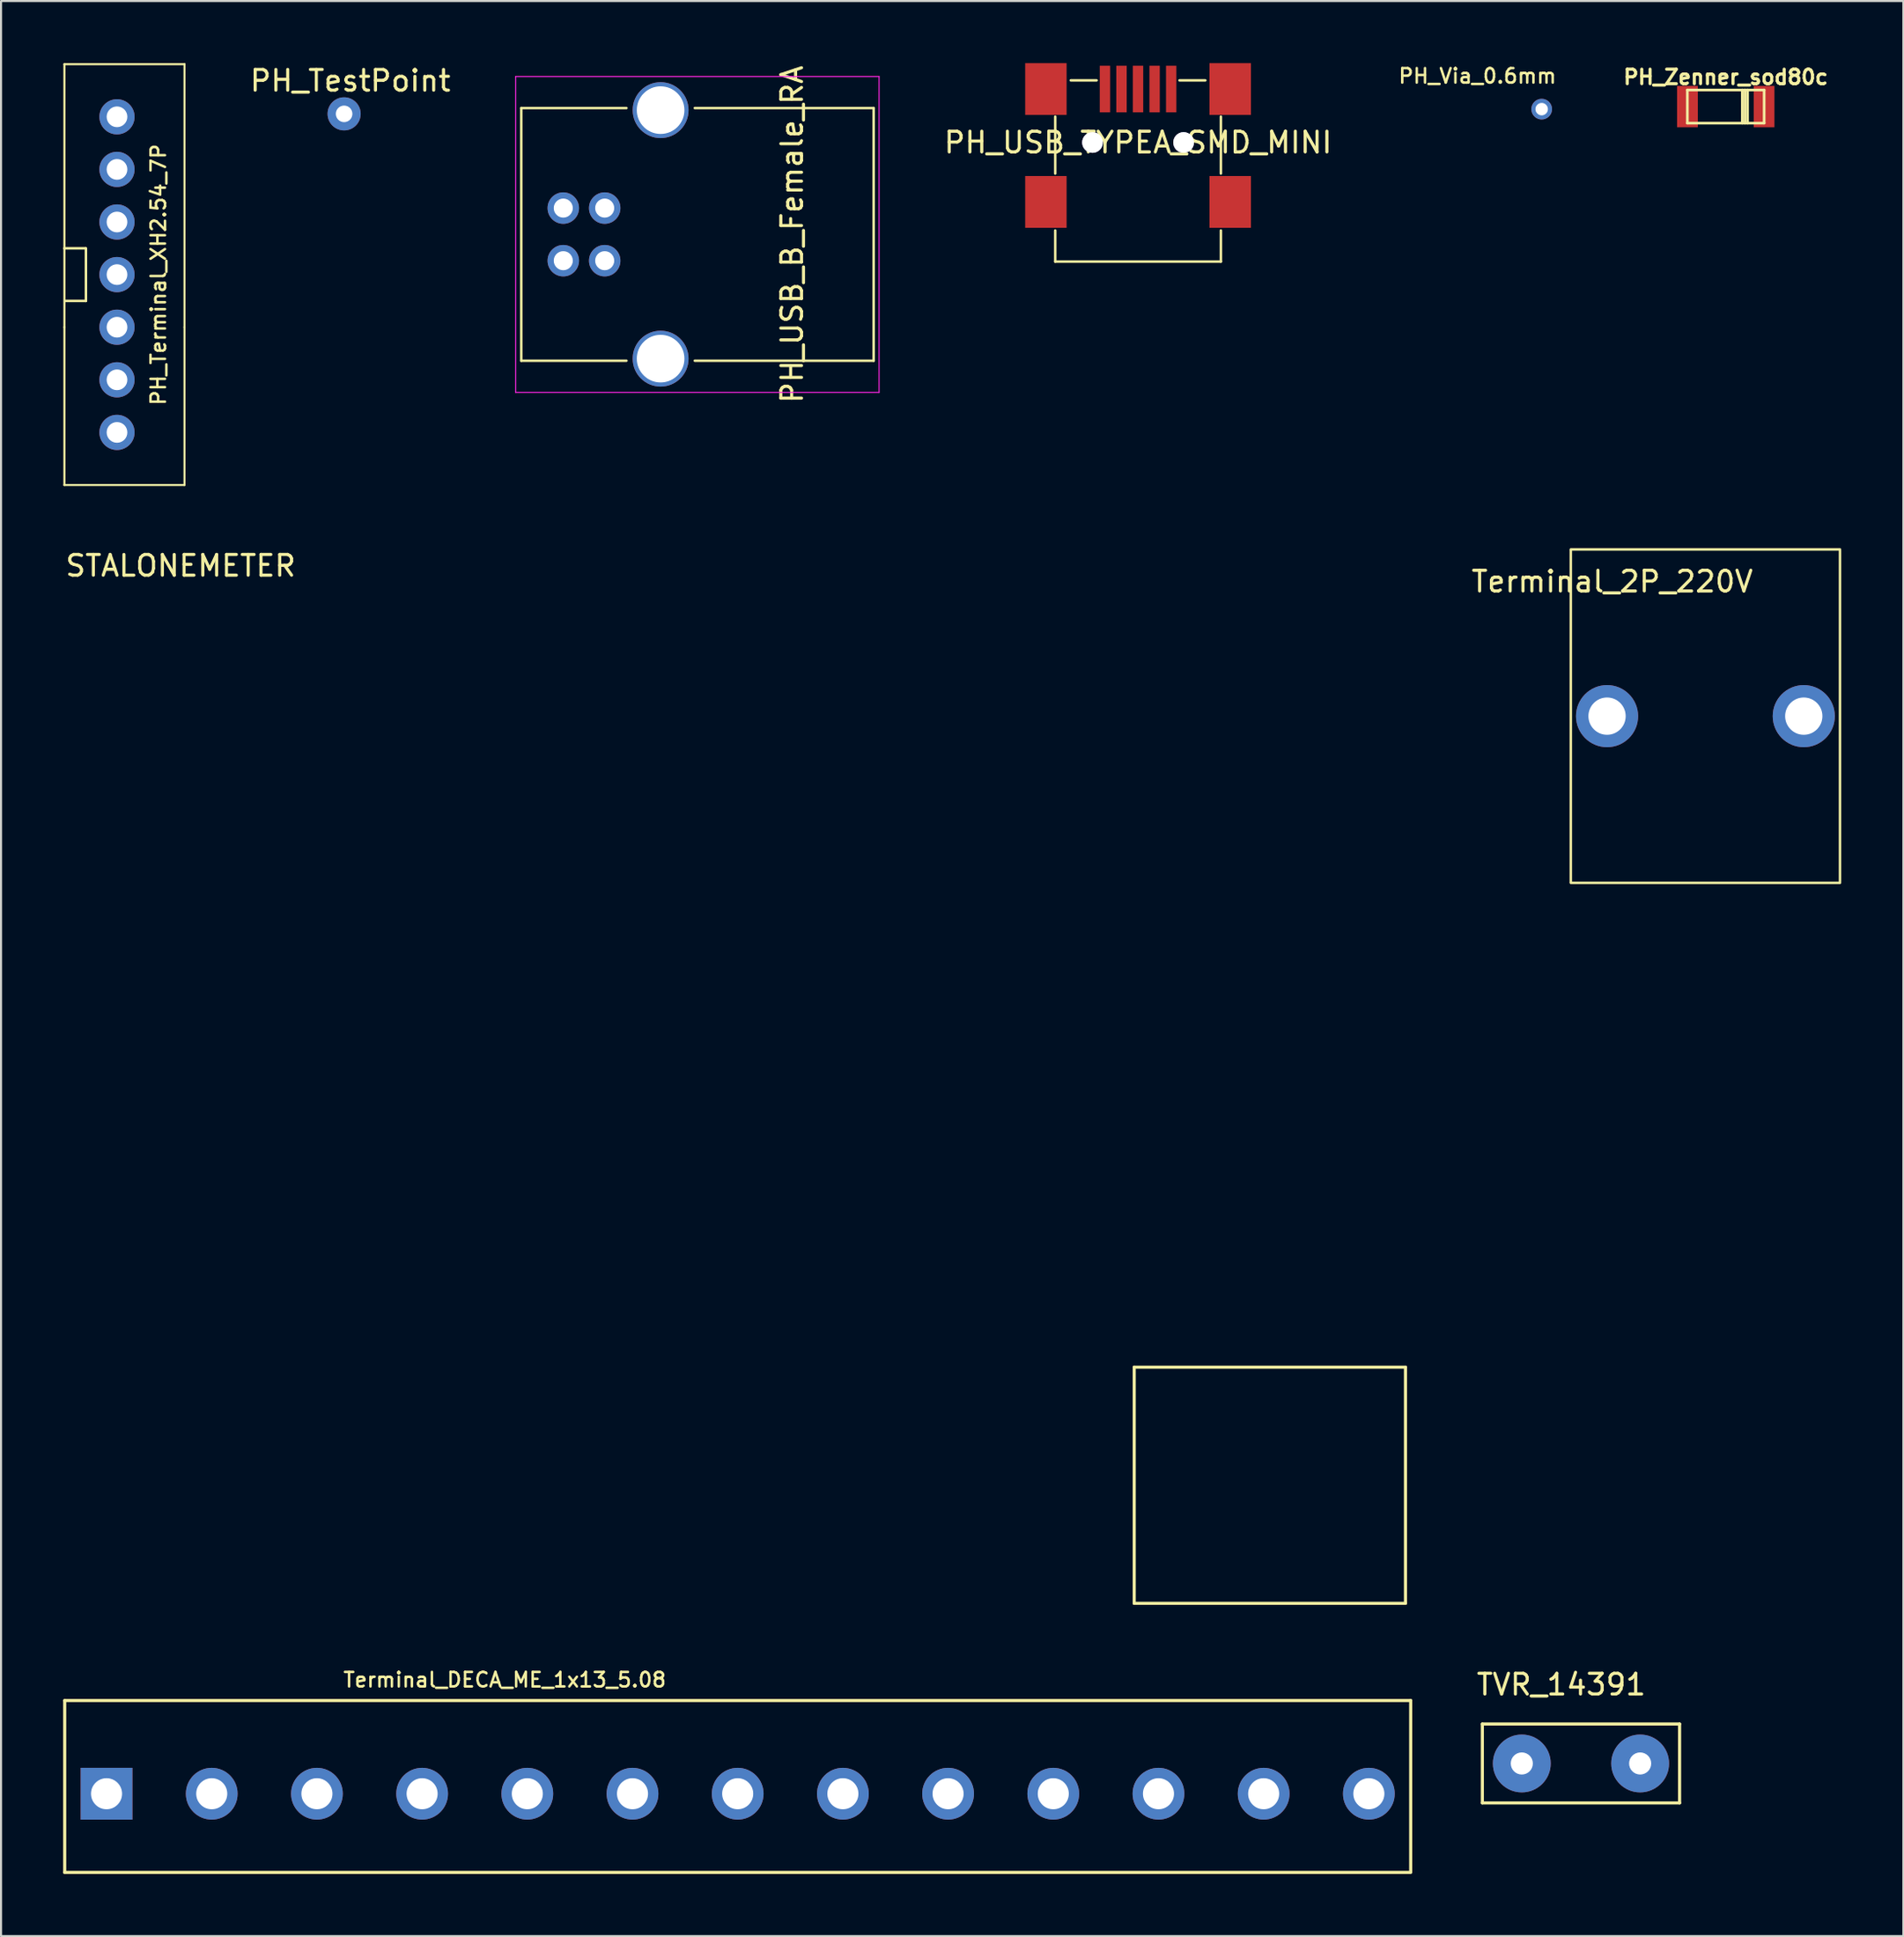
<source format=kicad_pcb>
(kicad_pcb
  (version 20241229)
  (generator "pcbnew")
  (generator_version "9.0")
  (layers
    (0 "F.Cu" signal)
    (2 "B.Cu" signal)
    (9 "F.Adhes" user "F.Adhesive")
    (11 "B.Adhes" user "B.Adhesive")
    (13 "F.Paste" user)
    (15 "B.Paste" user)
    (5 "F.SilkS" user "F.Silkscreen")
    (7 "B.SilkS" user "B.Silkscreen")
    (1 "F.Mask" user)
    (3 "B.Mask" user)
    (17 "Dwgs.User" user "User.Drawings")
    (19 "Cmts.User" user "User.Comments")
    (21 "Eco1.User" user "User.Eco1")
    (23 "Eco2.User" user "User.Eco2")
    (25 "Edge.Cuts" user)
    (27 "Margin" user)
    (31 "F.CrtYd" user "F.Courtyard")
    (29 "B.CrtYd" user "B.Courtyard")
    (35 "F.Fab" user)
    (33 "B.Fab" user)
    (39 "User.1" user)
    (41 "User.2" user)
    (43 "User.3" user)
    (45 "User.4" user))
  (footprint "Terminal_DECA_ME_1x13_5.08"
    (layer "F.Cu")
    (at 32.575 83.563)
    (property "Reference" "Terminal_DECA_ME_1x13_5.08" (at -11.25 -5.5 0) (layer "F.SilkS") (effects (font (size 0.7 0.7) (thickness 0.12))))
    (attr through_hole)
    (fp_line (start -32.5 -4.5) (end 32.5 -4.5) (stroke (width 0.15) (type solid)) (layer "F.SilkS"))
    (fp_line (start -32.5 3.8) (end -32.5 -4.5) (stroke (width 0.15) (type solid)) (layer "F.SilkS"))
    (fp_line (start -32.5 3.8) (end 32.5 3.8) (stroke (width 0.15) (type solid)) (layer "F.SilkS"))
    (fp_line (start 32.5 -4.5) (end 32.5 3.75) (stroke (width 0.15) (type solid)) (layer "F.SilkS"))
    (pad "1" thru_hole rect (at -30.48 0) (size 2.5 2.5) (drill 1.5) (layers "*.Cu" "*.Mask"))
    (pad "2" thru_hole circle (at -25.4 0) (size 2.5 2.5) (drill 1.5) (layers "*.Cu" "*.Mask"))
    (pad "3" thru_hole circle (at -20.32 0) (size 2.5 2.5) (drill 1.5) (layers "*.Cu" "*.Mask"))
    (pad "4" thru_hole circle (at -15.24 0) (size 2.5 2.5) (drill 1.5) (layers "*.Cu" "*.Mask"))
    (pad "5" thru_hole circle (at -10.16 0) (size 2.5 2.5) (drill 1.5) (layers "*.Cu" "*.Mask"))
    (pad "6" thru_hole circle (at -5.08 0) (size 2.5 2.5) (drill 1.5) (layers "*.Cu" "*.Mask"))
    (pad "7" thru_hole circle (at 0 0) (size 2.5 2.5) (drill 1.5) (layers "*.Cu" "*.Mask"))
    (pad "8" thru_hole circle (at 5.08 0) (size 2.5 2.5) (drill 1.5) (layers "*.Cu" "*.Mask"))
    (pad "9" thru_hole circle (at 10.16 0) (size 2.5 2.5) (drill 1.5) (layers "*.Cu" "*.Mask"))
    (pad "10" thru_hole circle (at 15.24 0) (size 2.5 2.5) (drill 1.5) (layers "*.Cu" "*.Mask"))
    (pad "11" thru_hole circle (at 20.32 0) (size 2.5 2.5) (drill 1.5) (layers "*.Cu" "*.Mask"))
    (pad "12" thru_hole circle (at 25.4 0) (size 2.5 2.5) (drill 1.5) (layers "*.Cu" "*.Mask"))
    (pad "13" thru_hole circle (at 30.48 0) (size 2.5 2.5) (drill 1.5) (layers "*.Cu" "*.Mask")))
  (footprint "STALONEMETER"
    (layer "F.Cu")
    (at 58.273 68.668)
    (property "Reference" "STALONEMETER" (at -52.6 -44.4 0) (layer "F.SilkS") (effects (font (size 1 1) (thickness 0.15))))
    (attr through_hole)
    (fp_line (start -6.55 -5.7) (end -6.55 5.7) (stroke (width 0.15) (type solid)) (layer "F.SilkS"))
    (fp_line (start -6.55 5.7) (end 6.55 5.7) (stroke (width 0.15) (type solid)) (layer "F.SilkS"))
    (fp_line (start 6.55 -5.7) (end -6.55 -5.7) (stroke (width 0.15) (type solid)) (layer "F.SilkS"))
    (fp_line (start 6.55 5.7) (end 6.55 -5.7) (stroke (width 0.15) (type solid)) (layer "F.SilkS")))
  (footprint "PH_Terminal_XH2.54_7P"
    (layer "F.Cu")
    (at 2.6 10.21)
    (property "Reference" "PH_Terminal_XH2.54_7P" (at 2 0 90) (layer "F.SilkS") (effects (font (size 0.7 0.7) (thickness 0.12))))
    (attr through_hole)
    (fp_line (start -2.54 -10.16) (end 3.26 -10.16) (stroke (width 0.1) (type solid)) (layer "F.SilkS"))
    (fp_line (start -2.54 2.54) (end -2.54 -10.16) (stroke (width 0.1) (type solid)) (layer "F.SilkS"))
    (fp_line (start -2.54 2.54) (end -2.54 10.16) (stroke (width 0.1) (type solid)) (layer "F.SilkS"))
    (fp_line (start -1.524 -1.27) (end -2.54 -1.27) (stroke (width 0.12) (type solid)) (layer "F.SilkS"))
    (fp_line (start -1.5 -1.27) (end -1.5 1.27) (stroke (width 0.12) (type solid)) (layer "F.SilkS"))
    (fp_line (start -1.5 1.27) (end -2.5 1.27) (stroke (width 0.12) (type solid)) (layer "F.SilkS"))
    (fp_line (start 3.26 -10.16) (end 3.26 2.54) (stroke (width 0.1) (type solid)) (layer "F.SilkS"))
    (fp_line (start 3.26 10.16) (end -2.54 10.16) (stroke (width 0.1) (type solid)) (layer "F.SilkS"))
    (fp_line (start 3.26 10.16) (end 3.26 2.54) (stroke (width 0.1) (type solid)) (layer "F.SilkS"))
    (pad "1" thru_hole circle (at 0 -7.62) (size 1.7 1.7) (drill 1) (layers "*.Cu" "*.Mask"))
    (pad "2" thru_hole oval (at 0 -5.08) (size 1.7 1.7) (drill 1) (layers "*.Cu" "*.Mask"))
    (pad "3" thru_hole oval (at 0 -2.54) (size 1.7 1.7) (drill 1) (layers "*.Cu" "*.Mask"))
    (pad "4" thru_hole oval (at 0 0) (size 1.7 1.7) (drill 1) (layers "*.Cu" "*.Mask"))
    (pad "5" thru_hole oval (at 0 2.54) (size 1.7 1.7) (drill 1) (layers "*.Cu" "*.Mask"))
    (pad "6" thru_hole oval (at 0 5.08) (size 1.7 1.7) (drill 1) (layers "*.Cu" "*.Mask"))
    (pad "7" thru_hole oval (at 0 7.62) (size 1.7 1.7) (drill 1) (layers "*.Cu" "*.Mask")))
  (footprint "Terminal_2P_220V"
    (layer "F.Cu")
    (at 79.308 31.53)
    (property "Reference" "Terminal_2P_220V" (at -4.5 -6.5 0) (layer "F.SilkS") (effects (font (size 1 1) (thickness 0.15))))
    (attr through_hole)
    (fp_line (start -6.5 -8.05) (end 6.5 -8.05) (stroke (width 0.12) (type solid)) (layer "F.SilkS"))
    (fp_line (start -6.5 -8) (end -6.5 8) (stroke (width 0.12) (type solid)) (layer "F.SilkS"))
    (fp_line (start -6.5 8.05) (end 6.5 8.05) (stroke (width 0.12) (type solid)) (layer "F.SilkS"))
    (fp_line (start 6.5 -8) (end 6.5 8) (stroke (width 0.12) (type solid)) (layer "F.SilkS"))
    (pad "1" thru_hole circle (at -4.75 0) (size 3 3) (drill 1.8) (layers "*.Cu" "*.Mask"))
    (pad "2" thru_hole circle (at 4.75 0) (size 3 3) (drill 1.8) (layers "*.Cu" "*.Mask")))
  (footprint "PH_Zenner_sod80c"
    (layer "F.Cu")
    (at 80.29 2.096)
    (property "Reference" "PH_Zenner_sod80c" (at 0 -1.422 0) (layer "F.SilkS") (effects (font (size 0.701 0.701) (thickness 0.15))))
    (attr through_hole)
    (fp_line (start -1.854 -0.8) (end -1.854 0.8) (stroke (width 0.127) (type solid)) (layer "F.SilkS"))
    (fp_line (start -1.854 0.8) (end 1.854 0.8) (stroke (width 0.127) (type solid)) (layer "F.SilkS"))
    (fp_line (start 0.8 -0.8) (end 0.8 0.8) (stroke (width 0.127) (type solid)) (layer "F.SilkS"))
    (fp_line (start 0.927 0.8) (end 0.927 -0.8) (stroke (width 0.127) (type solid)) (layer "F.SilkS"))
    (fp_line (start 1.054 -0.8) (end 1.054 0.8) (stroke (width 0.127) (type solid)) (layer "F.SilkS"))
    (fp_line (start 1.854 -0.8) (end -1.854 -0.8) (stroke (width 0.127) (type solid)) (layer "F.SilkS"))
    (fp_line (start 1.854 0.8) (end 1.854 -0.8) (stroke (width 0.127) (type solid)) (layer "F.SilkS"))
    (pad "1" smd rect (at 1.849 0) (size 1.001 1.999) (layers "F.Cu" "F.Mask" "F.Paste"))
    (pad "2" smd rect (at -1.849 0) (size 1.001 1.999) (layers "F.Cu" "F.Mask" "F.Paste")))
  (footprint "PH_Via_0.6mm"
    (layer "F.Cu")
    (at 71.401 2.22)
    (property "Reference" "PH_Via_0.6mm" (at -3.1 -1.6 0) (layer "F.SilkS") (effects (font (size 0.7 0.7) (thickness 0.12))))
    (attr through_hole)
    (pad "1" thru_hole circle (at 0 0) (size 1 1) (drill 0.6) (layers "*.Cu")))
  (footprint "TVR_14391"
    (layer "F.Cu")
    (at 70.441 82.102)
    (property "Reference" "TVR_14391" (at 1.905 -3.81 0) (layer "F.SilkS") (effects (font (size 1 1) (thickness 0.15))))
    (attr through_hole)
    (fp_line (start -1.905 -1.905) (end 7.62 -1.905) (stroke (width 0.15) (type solid)) (layer "F.SilkS"))
    (fp_line (start -1.905 1.905) (end -1.905 -1.905) (stroke (width 0.15) (type solid)) (layer "F.SilkS"))
    (fp_line (start 7.62 -1.905) (end 7.62 1.905) (stroke (width 0.15) (type solid)) (layer "F.SilkS"))
    (fp_line (start 7.62 1.905) (end -1.905 1.905) (stroke (width 0.15) (type solid)) (layer "F.SilkS"))
    (pad "1" thru_hole circle (at 0 0) (size 2.794 2.794) (drill 1.067) (layers "*.Cu" "*.Mask"))
    (pad "2" thru_hole circle (at 5.715 0) (size 2.794 2.794) (drill 1.067) (layers "*.Cu" "*.Mask")))
  (footprint "PH_USB_B_Female_RA"
    (layer "F.Cu")
    (at 24.152 6.998)
    (property "Reference" "PH_USB_B_Female_RA" (at 11.05 1.27 90) (layer "F.SilkS") (effects (font (size 1 1) (thickness 0.15))))
    (attr through_hole)
    (fp_line (start -2.03 -4.83) (end 3.05 -4.83) (stroke (width 0.12) (type solid)) (layer "F.SilkS"))
    (fp_line (start -2.03 7.37) (end -2.03 -4.83) (stroke (width 0.12) (type solid)) (layer "F.SilkS"))
    (fp_line (start -2.03 7.37) (end 3.05 7.37) (stroke (width 0.12) (type solid)) (layer "F.SilkS"))
    (fp_line (start 6.35 -4.83) (end 14.99 -4.83) (stroke (width 0.12) (type solid)) (layer "F.SilkS"))
    (fp_line (start 6.35 7.37) (end 14.99 7.37) (stroke (width 0.12) (type solid)) (layer "F.SilkS"))
    (fp_line (start 14.99 -4.83) (end 14.99 7.37) (stroke (width 0.12) (type solid)) (layer "F.SilkS"))
    (fp_line (start -2.3 -6.35) (end 15.25 -6.35) (stroke (width 0.05) (type solid)) (layer "F.CrtYd"))
    (fp_line (start -2.3 8.9) (end -2.3 -6.35) (stroke (width 0.05) (type solid)) (layer "F.CrtYd"))
    (fp_line (start 15.25 -6.35) (end 15.25 8.9) (stroke (width 0.05) (type solid)) (layer "F.CrtYd"))
    (fp_line (start 15.25 8.9) (end -2.3 8.9) (stroke (width 0.05) (type solid)) (layer "F.CrtYd"))
    (pad "1" thru_hole circle (at 2 0 270) (size 1.52 1.52) (drill 0.92) (layers "*.Cu" "*.Mask"))
    (pad "2" thru_hole circle (at 2 2.54 270) (size 1.52 1.52) (drill 0.92) (layers "*.Cu" "*.Mask"))
    (pad "3" thru_hole circle (at 0 2.54 270) (size 1.52 1.52) (drill 0.92) (layers "*.Cu" "*.Mask"))
    (pad "4" thru_hole circle (at 0 0 270) (size 1.52 1.52) (drill 0.92) (layers "*.Cu" "*.Mask"))
    (pad "5" thru_hole circle (at 4.7 -4.73 270) (size 2.7 2.7) (drill 2.3) (layers "*.Cu" "*.Mask"))
    (pad "5" thru_hole circle (at 4.7 7.27 270) (size 2.7 2.7) (drill 2.3) (layers "*.Cu" "*.Mask")))
  (footprint "PH_TestPoint"
    (layer "F.Cu")
    (at 13.568 2.448)
    (property "Reference" "PH_TestPoint" (at 0.3 -1.6 0) (layer "F.SilkS") (effects (font (size 1 1) (thickness 0.15))))
    (attr through_hole)
    (pad "1" thru_hole circle (at 0 0) (size 1.6 1.6) (drill 0.8) (layers "*.Cu" "*.Mask")))
  (footprint "PH_USB_TYPEA_SMD_MINI"
    (layer "F.Cu")
    (at 51.909 3.83)
    (property "Reference" "PH_USB_TYPEA_SMD_MINI" (at 0 0 0) (layer "F.SilkS") (effects (font (size 1 1) (thickness 0.15))))
    (attr through_hole)
    (fp_line (start -4 -1.25) (end -4 1.5) (stroke (width 0.12) (type solid)) (layer "F.SilkS"))
    (fp_line (start -4 4.25) (end -4 5.75) (stroke (width 0.12) (type solid)) (layer "F.SilkS"))
    (fp_line (start -4 5.75) (end 4 5.75) (stroke (width 0.12) (type solid)) (layer "F.SilkS"))
    (fp_line (start -3.25 -3) (end -2 -3) (stroke (width 0.12) (type solid)) (layer "F.SilkS"))
    (fp_line (start 2 -3) (end 3.25 -3) (stroke (width 0.12) (type solid)) (layer "F.SilkS"))
    (fp_line (start 4 -1.25) (end 4 1.5) (stroke (width 0.12) (type solid)) (layer "F.SilkS"))
    (fp_line (start 4 5.75) (end 4 4.25) (stroke (width 0.12) (type solid)) (layer "F.SilkS"))
    (pad "1" smd rect (at -1.6 -2.58) (size 0.5 2.25) (layers "F.Cu" "F.Mask" "F.Paste"))
    (pad "2" smd rect (at -0.8 -2.58) (size 0.5 2.25) (layers "F.Cu" "F.Mask" "F.Paste"))
    (pad "3" smd rect (at 0 -2.58) (size 0.5 2.25) (layers "F.Cu" "F.Mask" "F.Paste"))
    (pad "4" smd rect (at -4.45 -2.58) (size 2 2.5) (layers "F.Cu" "F.Mask" "F.Paste"))
    (pad "4" smd rect (at -4.45 2.87) (size 2 2.5) (layers "F.Cu" "F.Mask" "F.Paste"))
    (pad "4" smd rect (at 0.8 -2.58) (size 0.5 2.25) (layers "F.Cu" "F.Mask" "F.Paste"))
    (pad "4" smd rect (at 4.45 -2.58) (size 2 2.5) (layers "F.Cu" "F.Mask" "F.Paste"))
    (pad "4" smd rect (at 4.45 2.87) (size 2 2.5) (layers "F.Cu" "F.Mask" "F.Paste"))
    (pad "5" smd rect (at 1.6 -2.58) (size 0.5 2.25) (layers "F.Cu" "F.Mask" "F.Paste"))
    (pad "~" thru_hole circle (at -2.2 0) (size 1 1) (drill 1) (layers "*.Cu" "*.Mask"))
    (pad "~" thru_hole circle (at 2.2 0) (size 1 1) (drill 1) (layers "*.Cu" "*.Mask")))
  (gr_rect
    (start -3 -3)
    (end 88.868 90.438)
    (stroke (width 0.1) (type default))
    (fill no)
    (layer "Edge.Cuts")))
</source>
